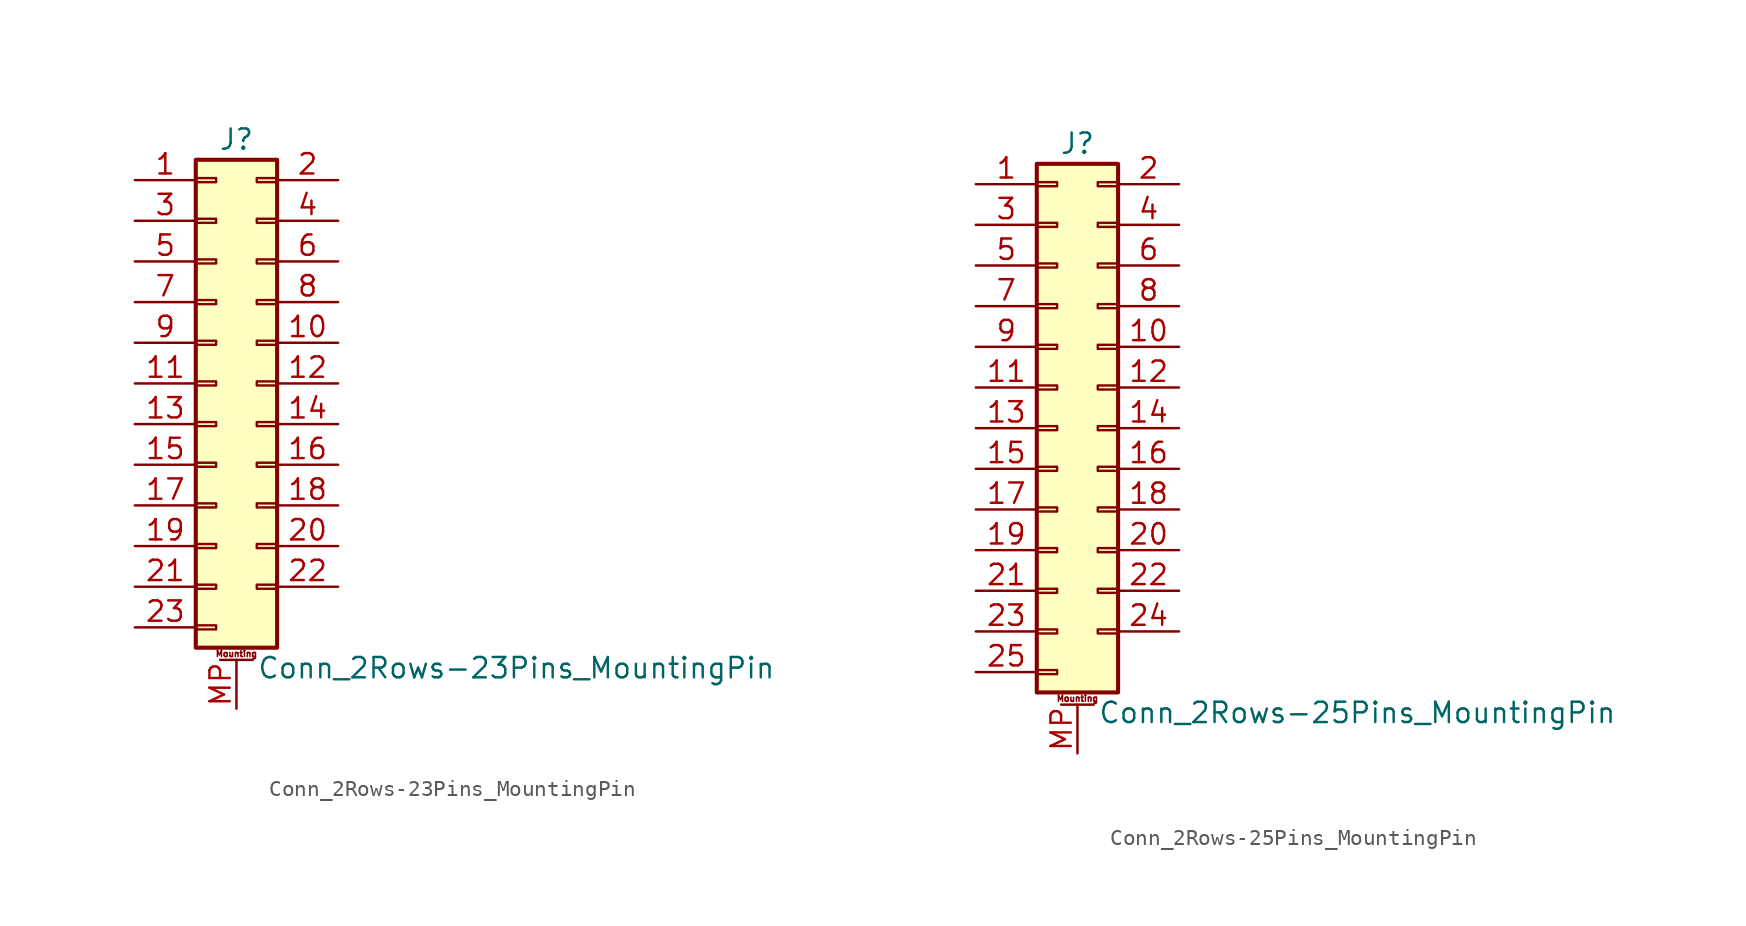
<source format=kicad_sym>
(kicad_symbol_lib
  (version 20220914)
  (generator kicad_symbol_editor)
  (symbol "Conn_2Rows-23Pins_MountingPin"
    (pin_names
      (offset 1.016) hide)
    (property "Reference" "J"
      (at 1.27 15.24 0)
      (effects (font (size 1.27 1.27))))
    (property "Value" "Conn_2Rows-23Pins_MountingPin"
      (at 2.54 -17.78 0)
      (effects (font (size 1.27 1.27)) (justify left)))
    (symbol "Conn_2Rows-23Pins_MountingPin_1_1"
      (rectangle (start -1.27 -15.113) (end 0 -15.367) (stroke (width 0.152) (type default)) (fill (type none)))
      (rectangle (start -1.27 -12.573) (end 0 -12.827) (stroke (width 0.152) (type default)) (fill (type none)))
      (rectangle (start -1.27 -10.033) (end 0 -10.287) (stroke (width 0.152) (type default)) (fill (type none)))
      (rectangle (start -1.27 -7.493) (end 0 -7.747) (stroke (width 0.152) (type default)) (fill (type none)))
      (rectangle (start -1.27 -4.953) (end 0 -5.207) (stroke (width 0.152) (type default)) (fill (type none)))
      (rectangle (start -1.27 -2.413) (end 0 -2.667) (stroke (width 0.152) (type default)) (fill (type none)))
      (rectangle (start -1.27 0.127) (end 0 -0.127) (stroke (width 0.152) (type default)) (fill (type none)))
      (rectangle (start -1.27 2.667) (end 0 2.413) (stroke (width 0.152) (type default)) (fill (type none)))
      (rectangle (start -1.27 5.207) (end 0 4.953) (stroke (width 0.152) (type default)) (fill (type none)))
      (rectangle (start -1.27 7.747) (end 0 7.493) (stroke (width 0.152) (type default)) (fill (type none)))
      (rectangle (start -1.27 10.287) (end 0 10.033) (stroke (width 0.152) (type default)) (fill (type none)))
      (rectangle (start -1.27 12.827) (end 0 12.573) (stroke (width 0.152) (type default)) (fill (type none)))
      (rectangle (start -1.27 13.97) (end 3.81 -16.51) (stroke (width 0.254) (type default)) (fill (type background)))
      (polyline (pts (xy 0.254 -17.272) (xy 2.286 -17.272)) (stroke (width 0.152) (type default)) (fill (type none)))
      (rectangle (start 3.81 -12.573) (end 2.54 -12.827) (stroke (width 0.152) (type default)) (fill (type none)))
      (rectangle (start 3.81 -10.033) (end 2.54 -10.287) (stroke (width 0.152) (type default)) (fill (type none)))
      (rectangle (start 3.81 -7.493) (end 2.54 -7.747) (stroke (width 0.152) (type default)) (fill (type none)))
      (rectangle (start 3.81 -4.953) (end 2.54 -5.207) (stroke (width 0.152) (type default)) (fill (type none)))
      (rectangle (start 3.81 -2.413) (end 2.54 -2.667) (stroke (width 0.152) (type default)) (fill (type none)))
      (rectangle (start 3.81 0.127) (end 2.54 -0.127) (stroke (width 0.152) (type default)) (fill (type none)))
      (rectangle (start 3.81 2.667) (end 2.54 2.413) (stroke (width 0.152) (type default)) (fill (type none)))
      (rectangle (start 3.81 5.207) (end 2.54 4.953) (stroke (width 0.152) (type default)) (fill (type none)))
      (rectangle (start 3.81 7.747) (end 2.54 7.493) (stroke (width 0.152) (type default)) (fill (type none)))
      (rectangle (start 3.81 10.287) (end 2.54 10.033) (stroke (width 0.152) (type default)) (fill (type none)))
      (rectangle (start 3.81 12.827) (end 2.54 12.573) (stroke (width 0.152) (type default)) (fill (type none)))
      (text "Mounting" (at 1.27 -16.891 0) (effects (font (size 0.381 0.381))))
      (pin passive line (at -5.08 12.7 0) (length 3.81) (name "Pin_1" (effects (font (size 1.27 1.27)))) (number "1" (effects (font (size 1.27 1.27)))))
      (pin passive line (at 7.62 2.54 180) (length 3.81) (name "Pin_10" (effects (font (size 1.27 1.27)))) (number "10" (effects (font (size 1.27 1.27)))))
      (pin passive line (at -5.08 0 0) (length 3.81) (name "Pin_11" (effects (font (size 1.27 1.27)))) (number "11" (effects (font (size 1.27 1.27)))))
      (pin passive line (at 7.62 0 180) (length 3.81) (name "Pin_12" (effects (font (size 1.27 1.27)))) (number "12" (effects (font (size 1.27 1.27)))))
      (pin passive line (at -5.08 -2.54 0) (length 3.81) (name "Pin_13" (effects (font (size 1.27 1.27)))) (number "13" (effects (font (size 1.27 1.27)))))
      (pin passive line (at 7.62 -2.54 180) (length 3.81) (name "Pin_14" (effects (font (size 1.27 1.27)))) (number "14" (effects (font (size 1.27 1.27)))))
      (pin passive line (at -5.08 -5.08 0) (length 3.81) (name "Pin_15" (effects (font (size 1.27 1.27)))) (number "15" (effects (font (size 1.27 1.27)))))
      (pin passive line (at 7.62 -5.08 180) (length 3.81) (name "Pin_16" (effects (font (size 1.27 1.27)))) (number "16" (effects (font (size 1.27 1.27)))))
      (pin passive line (at -5.08 -7.62 0) (length 3.81) (name "Pin_17" (effects (font (size 1.27 1.27)))) (number "17" (effects (font (size 1.27 1.27)))))
      (pin passive line (at 7.62 -7.62 180) (length 3.81) (name "Pin_18" (effects (font (size 1.27 1.27)))) (number "18" (effects (font (size 1.27 1.27)))))
      (pin passive line (at -5.08 -10.16 0) (length 3.81) (name "Pin_19" (effects (font (size 1.27 1.27)))) (number "19" (effects (font (size 1.27 1.27)))))
      (pin passive line (at 7.62 12.7 180) (length 3.81) (name "Pin_2" (effects (font (size 1.27 1.27)))) (number "2" (effects (font (size 1.27 1.27)))))
      (pin passive line (at 7.62 -10.16 180) (length 3.81) (name "Pin_20" (effects (font (size 1.27 1.27)))) (number "20" (effects (font (size 1.27 1.27)))))
      (pin passive line (at -5.08 -12.7 0) (length 3.81) (name "Pin_21" (effects (font (size 1.27 1.27)))) (number "21" (effects (font (size 1.27 1.27)))))
      (pin passive line (at 7.62 -12.7 180) (length 3.81) (name "Pin_22" (effects (font (size 1.27 1.27)))) (number "22" (effects (font (size 1.27 1.27)))))
      (pin passive line (at -5.08 -15.24 0) (length 3.81) (name "Pin_23" (effects (font (size 1.27 1.27)))) (number "23" (effects (font (size 1.27 1.27)))))
      (pin passive line (at -5.08 10.16 0) (length 3.81) (name "Pin_3" (effects (font (size 1.27 1.27)))) (number "3" (effects (font (size 1.27 1.27)))))
      (pin passive line (at 7.62 10.16 180) (length 3.81) (name "Pin_4" (effects (font (size 1.27 1.27)))) (number "4" (effects (font (size 1.27 1.27)))))
      (pin passive line (at -5.08 7.62 0) (length 3.81) (name "Pin_5" (effects (font (size 1.27 1.27)))) (number "5" (effects (font (size 1.27 1.27)))))
      (pin passive line (at 7.62 7.62 180) (length 3.81) (name "Pin_6" (effects (font (size 1.27 1.27)))) (number "6" (effects (font (size 1.27 1.27)))))
      (pin passive line (at -5.08 5.08 0) (length 3.81) (name "Pin_7" (effects (font (size 1.27 1.27)))) (number "7" (effects (font (size 1.27 1.27)))))
      (pin passive line (at 7.62 5.08 180) (length 3.81) (name "Pin_8" (effects (font (size 1.27 1.27)))) (number "8" (effects (font (size 1.27 1.27)))))
      (pin passive line (at -5.08 2.54 0) (length 3.81) (name "Pin_9" (effects (font (size 1.27 1.27)))) (number "9" (effects (font (size 1.27 1.27)))))
      (pin passive line (at 1.27 -20.32 90) (length 3.048) (name "MountPin" (effects (font (size 1.27 1.27)))) (number "MP" (effects (font (size 1.27 1.27)))))))
  (symbol "Conn_2Rows-25Pins_MountingPin"
    (pin_names
      (offset 1.016) hide)
    (property "Reference" "J"
      (at 1.27 17.78 0)
      (effects (font (size 1.27 1.27))))
    (property "Value" "Conn_2Rows-25Pins_MountingPin"
      (at 2.54 -17.78 0)
      (effects (font (size 1.27 1.27)) (justify left)))
    (symbol "Conn_2Rows-25Pins_MountingPin_1_1"
      (rectangle (start -1.27 -15.113) (end 0 -15.367) (stroke (width 0.152) (type default)) (fill (type none)))
      (rectangle (start -1.27 -12.573) (end 0 -12.827) (stroke (width 0.152) (type default)) (fill (type none)))
      (rectangle (start -1.27 -10.033) (end 0 -10.287) (stroke (width 0.152) (type default)) (fill (type none)))
      (rectangle (start -1.27 -7.493) (end 0 -7.747) (stroke (width 0.152) (type default)) (fill (type none)))
      (rectangle (start -1.27 -4.953) (end 0 -5.207) (stroke (width 0.152) (type default)) (fill (type none)))
      (rectangle (start -1.27 -2.413) (end 0 -2.667) (stroke (width 0.152) (type default)) (fill (type none)))
      (rectangle (start -1.27 0.127) (end 0 -0.127) (stroke (width 0.152) (type default)) (fill (type none)))
      (rectangle (start -1.27 2.667) (end 0 2.413) (stroke (width 0.152) (type default)) (fill (type none)))
      (rectangle (start -1.27 5.207) (end 0 4.953) (stroke (width 0.152) (type default)) (fill (type none)))
      (rectangle (start -1.27 7.747) (end 0 7.493) (stroke (width 0.152) (type default)) (fill (type none)))
      (rectangle (start -1.27 10.287) (end 0 10.033) (stroke (width 0.152) (type default)) (fill (type none)))
      (rectangle (start -1.27 12.827) (end 0 12.573) (stroke (width 0.152) (type default)) (fill (type none)))
      (rectangle (start -1.27 15.367) (end 0 15.113) (stroke (width 0.152) (type default)) (fill (type none)))
      (rectangle (start -1.27 16.51) (end 3.81 -16.51) (stroke (width 0.254) (type default)) (fill (type background)))
      (polyline (pts (xy 0.254 -17.272) (xy 2.286 -17.272)) (stroke (width 0.152) (type default)) (fill (type none)))
      (rectangle (start 3.81 -12.573) (end 2.54 -12.827) (stroke (width 0.152) (type default)) (fill (type none)))
      (rectangle (start 3.81 -10.033) (end 2.54 -10.287) (stroke (width 0.152) (type default)) (fill (type none)))
      (rectangle (start 3.81 -7.493) (end 2.54 -7.747) (stroke (width 0.152) (type default)) (fill (type none)))
      (rectangle (start 3.81 -4.953) (end 2.54 -5.207) (stroke (width 0.152) (type default)) (fill (type none)))
      (rectangle (start 3.81 -2.413) (end 2.54 -2.667) (stroke (width 0.152) (type default)) (fill (type none)))
      (rectangle (start 3.81 0.127) (end 2.54 -0.127) (stroke (width 0.152) (type default)) (fill (type none)))
      (rectangle (start 3.81 2.667) (end 2.54 2.413) (stroke (width 0.152) (type default)) (fill (type none)))
      (rectangle (start 3.81 5.207) (end 2.54 4.953) (stroke (width 0.152) (type default)) (fill (type none)))
      (rectangle (start 3.81 7.747) (end 2.54 7.493) (stroke (width 0.152) (type default)) (fill (type none)))
      (rectangle (start 3.81 10.287) (end 2.54 10.033) (stroke (width 0.152) (type default)) (fill (type none)))
      (rectangle (start 3.81 12.827) (end 2.54 12.573) (stroke (width 0.152) (type default)) (fill (type none)))
      (rectangle (start 3.81 15.367) (end 2.54 15.113) (stroke (width 0.152) (type default)) (fill (type none)))
      (text "Mounting" (at 1.27 -16.891 0) (effects (font (size 0.381 0.381))))
      (pin passive line (at -5.08 15.24 0) (length 3.81) (name "Pin_1" (effects (font (size 1.27 1.27)))) (number "1" (effects (font (size 1.27 1.27)))))
      (pin passive line (at 7.62 5.08 180) (length 3.81) (name "Pin_10" (effects (font (size 1.27 1.27)))) (number "10" (effects (font (size 1.27 1.27)))))
      (pin passive line (at -5.08 2.54 0) (length 3.81) (name "Pin_11" (effects (font (size 1.27 1.27)))) (number "11" (effects (font (size 1.27 1.27)))))
      (pin passive line (at 7.62 2.54 180) (length 3.81) (name "Pin_12" (effects (font (size 1.27 1.27)))) (number "12" (effects (font (size 1.27 1.27)))))
      (pin passive line (at -5.08 0 0) (length 3.81) (name "Pin_13" (effects (font (size 1.27 1.27)))) (number "13" (effects (font (size 1.27 1.27)))))
      (pin passive line (at 7.62 0 180) (length 3.81) (name "Pin_14" (effects (font (size 1.27 1.27)))) (number "14" (effects (font (size 1.27 1.27)))))
      (pin passive line (at -5.08 -2.54 0) (length 3.81) (name "Pin_15" (effects (font (size 1.27 1.27)))) (number "15" (effects (font (size 1.27 1.27)))))
      (pin passive line (at 7.62 -2.54 180) (length 3.81) (name "Pin_16" (effects (font (size 1.27 1.27)))) (number "16" (effects (font (size 1.27 1.27)))))
      (pin passive line (at -5.08 -5.08 0) (length 3.81) (name "Pin_17" (effects (font (size 1.27 1.27)))) (number "17" (effects (font (size 1.27 1.27)))))
      (pin passive line (at 7.62 -5.08 180) (length 3.81) (name "Pin_18" (effects (font (size 1.27 1.27)))) (number "18" (effects (font (size 1.27 1.27)))))
      (pin passive line (at -5.08 -7.62 0) (length 3.81) (name "Pin_19" (effects (font (size 1.27 1.27)))) (number "19" (effects (font (size 1.27 1.27)))))
      (pin passive line (at 7.62 15.24 180) (length 3.81) (name "Pin_2" (effects (font (size 1.27 1.27)))) (number "2" (effects (font (size 1.27 1.27)))))
      (pin passive line (at 7.62 -7.62 180) (length 3.81) (name "Pin_20" (effects (font (size 1.27 1.27)))) (number "20" (effects (font (size 1.27 1.27)))))
      (pin passive line (at -5.08 -10.16 0) (length 3.81) (name "Pin_21" (effects (font (size 1.27 1.27)))) (number "21" (effects (font (size 1.27 1.27)))))
      (pin passive line (at 7.62 -10.16 180) (length 3.81) (name "Pin_22" (effects (font (size 1.27 1.27)))) (number "22" (effects (font (size 1.27 1.27)))))
      (pin passive line (at -5.08 -12.7 0) (length 3.81) (name "Pin_23" (effects (font (size 1.27 1.27)))) (number "23" (effects (font (size 1.27 1.27)))))
      (pin passive line (at 7.62 -12.7 180) (length 3.81) (name "Pin_24" (effects (font (size 1.27 1.27)))) (number "24" (effects (font (size 1.27 1.27)))))
      (pin passive line (at -5.08 -15.24 0) (length 3.81) (name "Pin_25" (effects (font (size 1.27 1.27)))) (number "25" (effects (font (size 1.27 1.27)))))
      (pin passive line (at -5.08 12.7 0) (length 3.81) (name "Pin_3" (effects (font (size 1.27 1.27)))) (number "3" (effects (font (size 1.27 1.27)))))
      (pin passive line (at 7.62 12.7 180) (length 3.81) (name "Pin_4" (effects (font (size 1.27 1.27)))) (number "4" (effects (font (size 1.27 1.27)))))
      (pin passive line (at -5.08 10.16 0) (length 3.81) (name "Pin_5" (effects (font (size 1.27 1.27)))) (number "5" (effects (font (size 1.27 1.27)))))
      (pin passive line (at 7.62 10.16 180) (length 3.81) (name "Pin_6" (effects (font (size 1.27 1.27)))) (number "6" (effects (font (size 1.27 1.27)))))
      (pin passive line (at -5.08 7.62 0) (length 3.81) (name "Pin_7" (effects (font (size 1.27 1.27)))) (number "7" (effects (font (size 1.27 1.27)))))
      (pin passive line (at 7.62 7.62 180) (length 3.81) (name "Pin_8" (effects (font (size 1.27 1.27)))) (number "8" (effects (font (size 1.27 1.27)))))
      (pin passive line (at -5.08 5.08 0) (length 3.81) (name "Pin_9" (effects (font (size 1.27 1.27)))) (number "9" (effects (font (size 1.27 1.27)))))
      (pin passive line (at 1.27 -20.32 90) (length 3.048) (name "MountPin" (effects (font (size 1.27 1.27)))) (number "MP" (effects (font (size 1.27 1.27))))))))
</source>
